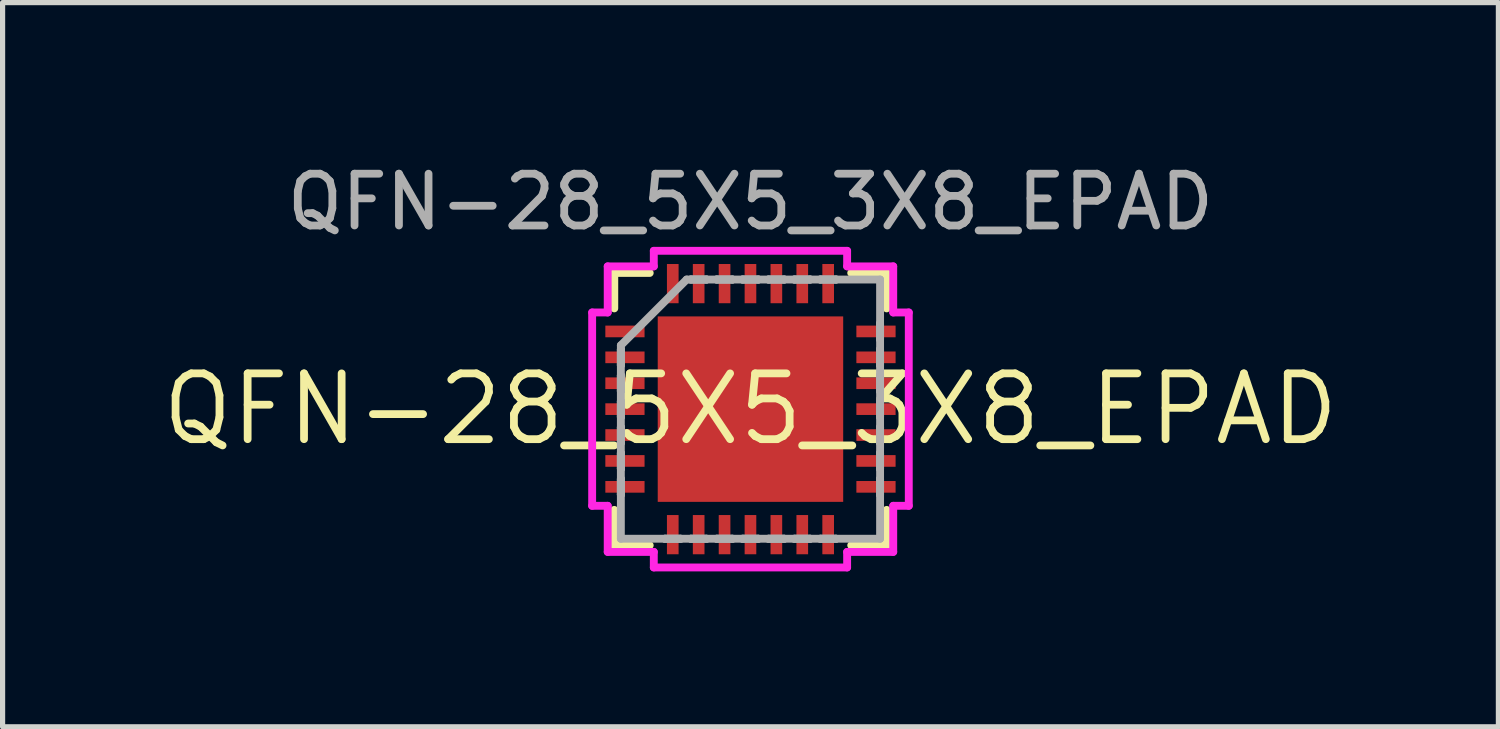
<source format=kicad_pcb>
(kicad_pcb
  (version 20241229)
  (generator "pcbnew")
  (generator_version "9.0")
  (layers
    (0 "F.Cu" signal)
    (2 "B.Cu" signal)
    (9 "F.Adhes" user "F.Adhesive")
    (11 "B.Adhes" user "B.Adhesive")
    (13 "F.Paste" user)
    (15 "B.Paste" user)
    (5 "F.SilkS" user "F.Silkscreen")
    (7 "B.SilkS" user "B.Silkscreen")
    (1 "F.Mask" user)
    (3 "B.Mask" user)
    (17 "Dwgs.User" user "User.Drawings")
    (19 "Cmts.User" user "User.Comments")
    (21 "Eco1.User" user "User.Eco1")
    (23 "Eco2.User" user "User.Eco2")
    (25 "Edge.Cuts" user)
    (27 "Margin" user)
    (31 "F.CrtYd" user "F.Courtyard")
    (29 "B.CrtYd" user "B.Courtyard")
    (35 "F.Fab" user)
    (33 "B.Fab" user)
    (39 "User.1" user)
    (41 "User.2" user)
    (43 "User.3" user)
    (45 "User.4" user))
  (footprint "QFN-28_5X5_3X8_EPAD"
    (layer "F.Cu")
    (at 11.437 4.848)
    (property "Reference" "QFN-28_5X5_3X8_EPAD" (at 0 0 0) (layer "F.SilkS") (effects (font (size 1.27 1.27) (thickness 0.15))))
    (attr smd)
    (fp_line (start -2.629 -2.629) (end -2.629 -1.945) (stroke (width 0.152) (type solid)) (layer "F.SilkS"))
    (fp_line (start -2.629 1.945) (end -2.629 2.629) (stroke (width 0.152) (type solid)) (layer "F.SilkS"))
    (fp_line (start -2.629 2.629) (end -1.945 2.629) (stroke (width 0.152) (type solid)) (layer "F.SilkS"))
    (fp_line (start -1.945 -2.629) (end -2.629 -2.629) (stroke (width 0.152) (type solid)) (layer "F.SilkS"))
    (fp_line (start 1.945 2.629) (end 2.629 2.629) (stroke (width 0.152) (type solid)) (layer "F.SilkS"))
    (fp_line (start 2.629 -2.629) (end 1.945 -2.629) (stroke (width 0.152) (type solid)) (layer "F.SilkS"))
    (fp_line (start 2.629 -1.945) (end 2.629 -2.629) (stroke (width 0.152) (type solid)) (layer "F.SilkS"))
    (fp_line (start 2.629 2.629) (end 2.629 1.945) (stroke (width 0.152) (type solid)) (layer "F.SilkS"))
    (fp_line (start -3.056 -1.866) (end -2.756 -1.866) (stroke (width 0.152) (type solid)) (layer "F.CrtYd"))
    (fp_line (start -3.056 1.866) (end -3.056 -1.866) (stroke (width 0.152) (type solid)) (layer "F.CrtYd"))
    (fp_line (start -2.756 -2.756) (end -1.866 -2.756) (stroke (width 0.152) (type solid)) (layer "F.CrtYd"))
    (fp_line (start -2.756 -1.866) (end -2.756 -2.756) (stroke (width 0.152) (type solid)) (layer "F.CrtYd"))
    (fp_line (start -2.756 1.866) (end -3.056 1.866) (stroke (width 0.152) (type solid)) (layer "F.CrtYd"))
    (fp_line (start -2.756 2.756) (end -2.756 1.866) (stroke (width 0.152) (type solid)) (layer "F.CrtYd"))
    (fp_line (start -1.866 -3.056) (end 1.866 -3.056) (stroke (width 0.152) (type solid)) (layer "F.CrtYd"))
    (fp_line (start -1.866 -2.756) (end -1.866 -3.056) (stroke (width 0.152) (type solid)) (layer "F.CrtYd"))
    (fp_line (start -1.866 2.756) (end -2.756 2.756) (stroke (width 0.152) (type solid)) (layer "F.CrtYd"))
    (fp_line (start -1.866 3.056) (end -1.866 2.756) (stroke (width 0.152) (type solid)) (layer "F.CrtYd"))
    (fp_line (start 1.866 -3.056) (end 1.866 -2.756) (stroke (width 0.152) (type solid)) (layer "F.CrtYd"))
    (fp_line (start 1.866 -2.756) (end 2.756 -2.756) (stroke (width 0.152) (type solid)) (layer "F.CrtYd"))
    (fp_line (start 1.866 2.756) (end 1.866 3.056) (stroke (width 0.152) (type solid)) (layer "F.CrtYd"))
    (fp_line (start 1.866 3.056) (end -1.866 3.056) (stroke (width 0.152) (type solid)) (layer "F.CrtYd"))
    (fp_line (start 2.756 -2.756) (end 2.756 -1.866) (stroke (width 0.152) (type solid)) (layer "F.CrtYd"))
    (fp_line (start 2.756 -1.866) (end 3.056 -1.866) (stroke (width 0.152) (type solid)) (layer "F.CrtYd"))
    (fp_line (start 2.756 1.866) (end 2.756 2.756) (stroke (width 0.152) (type solid)) (layer "F.CrtYd"))
    (fp_line (start 2.756 2.756) (end 1.866 2.756) (stroke (width 0.152) (type solid)) (layer "F.CrtYd"))
    (fp_line (start 3.056 -1.866) (end 3.056 1.866) (stroke (width 0.152) (type solid)) (layer "F.CrtYd"))
    (fp_line (start 3.056 1.866) (end 2.756 1.866) (stroke (width 0.152) (type solid)) (layer "F.CrtYd"))
    (fp_line (start -2.502 -1.232) (end -2.502 2.502) (stroke (width 0.152) (type solid)) (layer "F.Fab"))
    (fp_line (start -2.502 -1.232) (end -1.232 -2.502) (stroke (width 0.152) (type solid)) (layer "F.Fab"))
    (fp_line (start -2.502 -1.152) (end -2.502 -1.152) (stroke (width 0.152) (type solid)) (layer "F.Fab"))
    (fp_line (start -2.502 -1.152) (end -2.502 -0.848) (stroke (width 0.152) (type solid)) (layer "F.Fab"))
    (fp_line (start -2.502 -0.848) (end -2.502 -1.152) (stroke (width 0.152) (type solid)) (layer "F.Fab"))
    (fp_line (start -2.502 -0.848) (end -2.502 -0.848) (stroke (width 0.152) (type solid)) (layer "F.Fab"))
    (fp_line (start -2.502 -0.652) (end -2.502 -0.652) (stroke (width 0.152) (type solid)) (layer "F.Fab"))
    (fp_line (start -2.502 -0.652) (end -2.502 -0.348) (stroke (width 0.152) (type solid)) (layer "F.Fab"))
    (fp_line (start -2.502 -0.348) (end -2.502 -0.652) (stroke (width 0.152) (type solid)) (layer "F.Fab"))
    (fp_line (start -2.502 -0.348) (end -2.502 -0.348) (stroke (width 0.152) (type solid)) (layer "F.Fab"))
    (fp_line (start -2.502 -0.152) (end -2.502 -0.152) (stroke (width 0.152) (type solid)) (layer "F.Fab"))
    (fp_line (start -2.502 -0.152) (end -2.502 0.152) (stroke (width 0.152) (type solid)) (layer "F.Fab"))
    (fp_line (start -2.502 0.152) (end -2.502 -0.152) (stroke (width 0.152) (type solid)) (layer "F.Fab"))
    (fp_line (start -2.502 0.152) (end -2.502 0.152) (stroke (width 0.152) (type solid)) (layer "F.Fab"))
    (fp_line (start -2.502 0.348) (end -2.502 0.348) (stroke (width 0.152) (type solid)) (layer "F.Fab"))
    (fp_line (start -2.502 0.348) (end -2.502 0.652) (stroke (width 0.152) (type solid)) (layer "F.Fab"))
    (fp_line (start -2.502 0.652) (end -2.502 0.348) (stroke (width 0.152) (type solid)) (layer "F.Fab"))
    (fp_line (start -2.502 0.652) (end -2.502 0.652) (stroke (width 0.152) (type solid)) (layer "F.Fab"))
    (fp_line (start -2.502 0.848) (end -2.502 0.848) (stroke (width 0.152) (type solid)) (layer "F.Fab"))
    (fp_line (start -2.502 0.848) (end -2.502 1.152) (stroke (width 0.152) (type solid)) (layer "F.Fab"))
    (fp_line (start -2.502 1.152) (end -2.502 0.848) (stroke (width 0.152) (type solid)) (layer "F.Fab"))
    (fp_line (start -2.502 1.152) (end -2.502 1.152) (stroke (width 0.152) (type solid)) (layer "F.Fab"))
    (fp_line (start -2.502 1.348) (end -2.502 1.348) (stroke (width 0.152) (type solid)) (layer "F.Fab"))
    (fp_line (start -2.502 1.348) (end -2.502 1.652) (stroke (width 0.152) (type solid)) (layer "F.Fab"))
    (fp_line (start -2.502 1.652) (end -2.502 1.348) (stroke (width 0.152) (type solid)) (layer "F.Fab"))
    (fp_line (start -2.502 1.652) (end -2.502 1.652) (stroke (width 0.152) (type solid)) (layer "F.Fab"))
    (fp_line (start -2.502 2.502) (end 2.502 2.502) (stroke (width 0.152) (type solid)) (layer "F.Fab"))
    (fp_line (start -1.652 2.502) (end -1.652 2.502) (stroke (width 0.152) (type solid)) (layer "F.Fab"))
    (fp_line (start -1.652 2.502) (end -1.348 2.502) (stroke (width 0.152) (type solid)) (layer "F.Fab"))
    (fp_line (start -1.348 2.502) (end -1.652 2.502) (stroke (width 0.152) (type solid)) (layer "F.Fab"))
    (fp_line (start -1.348 2.502) (end -1.348 2.502) (stroke (width 0.152) (type solid)) (layer "F.Fab"))
    (fp_line (start -1.152 -2.502) (end -1.152 -2.502) (stroke (width 0.152) (type solid)) (layer "F.Fab"))
    (fp_line (start -1.152 -2.502) (end -0.848 -2.502) (stroke (width 0.152) (type solid)) (layer "F.Fab"))
    (fp_line (start -1.152 2.502) (end -1.152 2.502) (stroke (width 0.152) (type solid)) (layer "F.Fab"))
    (fp_line (start -1.152 2.502) (end -0.848 2.502) (stroke (width 0.152) (type solid)) (layer "F.Fab"))
    (fp_line (start -0.848 -2.502) (end -1.152 -2.502) (stroke (width 0.152) (type solid)) (layer "F.Fab"))
    (fp_line (start -0.848 -2.502) (end -0.848 -2.502) (stroke (width 0.152) (type solid)) (layer "F.Fab"))
    (fp_line (start -0.848 2.502) (end -1.152 2.502) (stroke (width 0.152) (type solid)) (layer "F.Fab"))
    (fp_line (start -0.848 2.502) (end -0.848 2.502) (stroke (width 0.152) (type solid)) (layer "F.Fab"))
    (fp_line (start -0.652 -2.502) (end -0.652 -2.502) (stroke (width 0.152) (type solid)) (layer "F.Fab"))
    (fp_line (start -0.652 -2.502) (end -0.348 -2.502) (stroke (width 0.152) (type solid)) (layer "F.Fab"))
    (fp_line (start -0.652 2.502) (end -0.652 2.502) (stroke (width 0.152) (type solid)) (layer "F.Fab"))
    (fp_line (start -0.652 2.502) (end -0.348 2.502) (stroke (width 0.152) (type solid)) (layer "F.Fab"))
    (fp_line (start -0.348 -2.502) (end -0.652 -2.502) (stroke (width 0.152) (type solid)) (layer "F.Fab"))
    (fp_line (start -0.348 -2.502) (end -0.348 -2.502) (stroke (width 0.152) (type solid)) (layer "F.Fab"))
    (fp_line (start -0.348 2.502) (end -0.652 2.502) (stroke (width 0.152) (type solid)) (layer "F.Fab"))
    (fp_line (start -0.348 2.502) (end -0.348 2.502) (stroke (width 0.152) (type solid)) (layer "F.Fab"))
    (fp_line (start -0.152 -2.502) (end -0.152 -2.502) (stroke (width 0.152) (type solid)) (layer "F.Fab"))
    (fp_line (start -0.152 -2.502) (end 0.152 -2.502) (stroke (width 0.152) (type solid)) (layer "F.Fab"))
    (fp_line (start -0.152 2.502) (end -0.152 2.502) (stroke (width 0.152) (type solid)) (layer "F.Fab"))
    (fp_line (start -0.152 2.502) (end 0.152 2.502) (stroke (width 0.152) (type solid)) (layer "F.Fab"))
    (fp_line (start 0.152 -2.502) (end -0.152 -2.502) (stroke (width 0.152) (type solid)) (layer "F.Fab"))
    (fp_line (start 0.152 -2.502) (end 0.152 -2.502) (stroke (width 0.152) (type solid)) (layer "F.Fab"))
    (fp_line (start 0.152 2.502) (end -0.152 2.502) (stroke (width 0.152) (type solid)) (layer "F.Fab"))
    (fp_line (start 0.152 2.502) (end 0.152 2.502) (stroke (width 0.152) (type solid)) (layer "F.Fab"))
    (fp_line (start 0.348 -2.502) (end 0.348 -2.502) (stroke (width 0.152) (type solid)) (layer "F.Fab"))
    (fp_line (start 0.348 -2.502) (end 0.652 -2.502) (stroke (width 0.152) (type solid)) (layer "F.Fab"))
    (fp_line (start 0.348 2.502) (end 0.348 2.502) (stroke (width 0.152) (type solid)) (layer "F.Fab"))
    (fp_line (start 0.348 2.502) (end 0.652 2.502) (stroke (width 0.152) (type solid)) (layer "F.Fab"))
    (fp_line (start 0.652 -2.502) (end 0.348 -2.502) (stroke (width 0.152) (type solid)) (layer "F.Fab"))
    (fp_line (start 0.652 -2.502) (end 0.652 -2.502) (stroke (width 0.152) (type solid)) (layer "F.Fab"))
    (fp_line (start 0.652 2.502) (end 0.348 2.502) (stroke (width 0.152) (type solid)) (layer "F.Fab"))
    (fp_line (start 0.652 2.502) (end 0.652 2.502) (stroke (width 0.152) (type solid)) (layer "F.Fab"))
    (fp_line (start 0.848 -2.502) (end 0.848 -2.502) (stroke (width 0.152) (type solid)) (layer "F.Fab"))
    (fp_line (start 0.848 -2.502) (end 1.152 -2.502) (stroke (width 0.152) (type solid)) (layer "F.Fab"))
    (fp_line (start 0.848 2.502) (end 0.848 2.502) (stroke (width 0.152) (type solid)) (layer "F.Fab"))
    (fp_line (start 0.848 2.502) (end 1.152 2.502) (stroke (width 0.152) (type solid)) (layer "F.Fab"))
    (fp_line (start 1.152 -2.502) (end 0.848 -2.502) (stroke (width 0.152) (type solid)) (layer "F.Fab"))
    (fp_line (start 1.152 -2.502) (end 1.152 -2.502) (stroke (width 0.152) (type solid)) (layer "F.Fab"))
    (fp_line (start 1.152 2.502) (end 0.848 2.502) (stroke (width 0.152) (type solid)) (layer "F.Fab"))
    (fp_line (start 1.152 2.502) (end 1.152 2.502) (stroke (width 0.152) (type solid)) (layer "F.Fab"))
    (fp_line (start 1.348 -2.502) (end 1.348 -2.502) (stroke (width 0.152) (type solid)) (layer "F.Fab"))
    (fp_line (start 1.348 -2.502) (end 1.652 -2.502) (stroke (width 0.152) (type solid)) (layer "F.Fab"))
    (fp_line (start 1.348 2.502) (end 1.348 2.502) (stroke (width 0.152) (type solid)) (layer "F.Fab"))
    (fp_line (start 1.348 2.502) (end 1.652 2.502) (stroke (width 0.152) (type solid)) (layer "F.Fab"))
    (fp_line (start 1.652 -2.502) (end 1.348 -2.502) (stroke (width 0.152) (type solid)) (layer "F.Fab"))
    (fp_line (start 1.652 -2.502) (end 1.652 -2.502) (stroke (width 0.152) (type solid)) (layer "F.Fab"))
    (fp_line (start 1.652 2.502) (end 1.348 2.502) (stroke (width 0.152) (type solid)) (layer "F.Fab"))
    (fp_line (start 1.652 2.502) (end 1.652 2.502) (stroke (width 0.152) (type solid)) (layer "F.Fab"))
    (fp_line (start 2.502 -2.502) (end -1.232 -2.502) (stroke (width 0.152) (type solid)) (layer "F.Fab"))
    (fp_line (start 2.502 -1.652) (end 2.502 -1.652) (stroke (width 0.152) (type solid)) (layer "F.Fab"))
    (fp_line (start 2.502 -1.652) (end 2.502 -1.348) (stroke (width 0.152) (type solid)) (layer "F.Fab"))
    (fp_line (start 2.502 -1.348) (end 2.502 -1.652) (stroke (width 0.152) (type solid)) (layer "F.Fab"))
    (fp_line (start 2.502 -1.348) (end 2.502 -1.348) (stroke (width 0.152) (type solid)) (layer "F.Fab"))
    (fp_line (start 2.502 -1.152) (end 2.502 -1.152) (stroke (width 0.152) (type solid)) (layer "F.Fab"))
    (fp_line (start 2.502 -1.152) (end 2.502 -0.848) (stroke (width 0.152) (type solid)) (layer "F.Fab"))
    (fp_line (start 2.502 -0.848) (end 2.502 -1.152) (stroke (width 0.152) (type solid)) (layer "F.Fab"))
    (fp_line (start 2.502 -0.848) (end 2.502 -0.848) (stroke (width 0.152) (type solid)) (layer "F.Fab"))
    (fp_line (start 2.502 -0.652) (end 2.502 -0.652) (stroke (width 0.152) (type solid)) (layer "F.Fab"))
    (fp_line (start 2.502 -0.652) (end 2.502 -0.348) (stroke (width 0.152) (type solid)) (layer "F.Fab"))
    (fp_line (start 2.502 -0.348) (end 2.502 -0.652) (stroke (width 0.152) (type solid)) (layer "F.Fab"))
    (fp_line (start 2.502 -0.348) (end 2.502 -0.348) (stroke (width 0.152) (type solid)) (layer "F.Fab"))
    (fp_line (start 2.502 -0.152) (end 2.502 -0.152) (stroke (width 0.152) (type solid)) (layer "F.Fab"))
    (fp_line (start 2.502 -0.152) (end 2.502 0.152) (stroke (width 0.152) (type solid)) (layer "F.Fab"))
    (fp_line (start 2.502 0.152) (end 2.502 -0.152) (stroke (width 0.152) (type solid)) (layer "F.Fab"))
    (fp_line (start 2.502 0.152) (end 2.502 0.152) (stroke (width 0.152) (type solid)) (layer "F.Fab"))
    (fp_line (start 2.502 0.348) (end 2.502 0.348) (stroke (width 0.152) (type solid)) (layer "F.Fab"))
    (fp_line (start 2.502 0.348) (end 2.502 0.652) (stroke (width 0.152) (type solid)) (layer "F.Fab"))
    (fp_line (start 2.502 0.652) (end 2.502 0.348) (stroke (width 0.152) (type solid)) (layer "F.Fab"))
    (fp_line (start 2.502 0.652) (end 2.502 0.652) (stroke (width 0.152) (type solid)) (layer "F.Fab"))
    (fp_line (start 2.502 0.848) (end 2.502 0.848) (stroke (width 0.152) (type solid)) (layer "F.Fab"))
    (fp_line (start 2.502 0.848) (end 2.502 1.152) (stroke (width 0.152) (type solid)) (layer "F.Fab"))
    (fp_line (start 2.502 1.152) (end 2.502 0.848) (stroke (width 0.152) (type solid)) (layer "F.Fab"))
    (fp_line (start 2.502 1.152) (end 2.502 1.152) (stroke (width 0.152) (type solid)) (layer "F.Fab"))
    (fp_line (start 2.502 1.348) (end 2.502 1.348) (stroke (width 0.152) (type solid)) (layer "F.Fab"))
    (fp_line (start 2.502 1.348) (end 2.502 1.652) (stroke (width 0.152) (type solid)) (layer "F.Fab"))
    (fp_line (start 2.502 1.652) (end 2.502 1.348) (stroke (width 0.152) (type solid)) (layer "F.Fab"))
    (fp_line (start 2.502 1.652) (end 2.502 1.652) (stroke (width 0.152) (type solid)) (layer "F.Fab"))
    (fp_line (start 2.502 2.502) (end 2.502 -2.502) (stroke (width 0.152) (type solid)) (layer "F.Fab"))
    (fp_text user "${REFERENCE}" (at 0 -4 0) (layer "F.Fab") (effects (font (size 1 1) (thickness 0.15))))
    (pad "1" smd rect (at -2.423 -1.5 90) (size 0.225 0.757) (layers "F.Cu" "F.Mask" "F.Paste"))
    (pad "2" smd rect (at -2.423 -1 90) (size 0.225 0.757) (layers "F.Cu" "F.Mask" "F.Paste"))
    (pad "3" smd rect (at -2.423 -0.5 90) (size 0.225 0.757) (layers "F.Cu" "F.Mask" "F.Paste"))
    (pad "4" smd rect (at -2.423 0 90) (size 0.225 0.757) (layers "F.Cu" "F.Mask" "F.Paste"))
    (pad "5" smd rect (at -2.423 0.5 90) (size 0.225 0.757) (layers "F.Cu" "F.Mask" "F.Paste"))
    (pad "6" smd rect (at -2.423 1 90) (size 0.225 0.757) (layers "F.Cu" "F.Mask" "F.Paste"))
    (pad "7" smd rect (at -2.423 1.5 90) (size 0.225 0.757) (layers "F.Cu" "F.Mask" "F.Paste"))
    (pad "8" smd rect (at -1.5 2.423) (size 0.225 0.757) (layers "F.Cu" "F.Mask" "F.Paste"))
    (pad "9" smd rect (at -1 2.423) (size 0.225 0.757) (layers "F.Cu" "F.Mask" "F.Paste"))
    (pad "10" smd rect (at -0.5 2.423) (size 0.225 0.757) (layers "F.Cu" "F.Mask" "F.Paste"))
    (pad "11" smd rect (at 0 2.423) (size 0.225 0.757) (layers "F.Cu" "F.Mask" "F.Paste"))
    (pad "12" smd rect (at 0.5 2.423) (size 0.225 0.757) (layers "F.Cu" "F.Mask" "F.Paste"))
    (pad "13" smd rect (at 1 2.423) (size 0.225 0.757) (layers "F.Cu" "F.Mask" "F.Paste"))
    (pad "14" smd rect (at 1.5 2.423) (size 0.225 0.757) (layers "F.Cu" "F.Mask" "F.Paste"))
    (pad "15" smd rect (at 2.423 1.5 90) (size 0.225 0.757) (layers "F.Cu" "F.Mask" "F.Paste"))
    (pad "16" smd rect (at 2.423 1 90) (size 0.225 0.757) (layers "F.Cu" "F.Mask" "F.Paste"))
    (pad "17" smd rect (at 2.423 0.5 90) (size 0.225 0.757) (layers "F.Cu" "F.Mask" "F.Paste"))
    (pad "18" smd rect (at 2.423 0 90) (size 0.225 0.757) (layers "F.Cu" "F.Mask" "F.Paste"))
    (pad "19" smd rect (at 2.423 -0.5 90) (size 0.225 0.757) (layers "F.Cu" "F.Mask" "F.Paste"))
    (pad "20" smd rect (at 2.423 -1 90) (size 0.225 0.757) (layers "F.Cu" "F.Mask" "F.Paste"))
    (pad "21" smd rect (at 2.423 -1.5 90) (size 0.225 0.757) (layers "F.Cu" "F.Mask" "F.Paste"))
    (pad "22" smd rect (at 1.5 -2.423) (size 0.225 0.757) (layers "F.Cu" "F.Mask" "F.Paste"))
    (pad "23" smd rect (at 1 -2.423) (size 0.225 0.757) (layers "F.Cu" "F.Mask" "F.Paste"))
    (pad "24" smd rect (at 0.5 -2.423) (size 0.225 0.757) (layers "F.Cu" "F.Mask" "F.Paste"))
    (pad "25" smd rect (at 0 -2.423) (size 0.225 0.757) (layers "F.Cu" "F.Mask" "F.Paste"))
    (pad "26" smd rect (at -0.5 -2.423) (size 0.225 0.757) (layers "F.Cu" "F.Mask" "F.Paste"))
    (pad "27" smd rect (at -1 -2.423) (size 0.225 0.757) (layers "F.Cu" "F.Mask" "F.Paste"))
    (pad "28" smd rect (at -1.5 -2.423) (size 0.225 0.757) (layers "F.Cu" "F.Mask" "F.Paste"))
    (pad "29" smd rect (at 0 0) (size 3.58 3.58) (layers "F.Cu" "F.Mask" "F.Paste")))
  (gr_rect
    (start -3 -3)
    (end 25.875 10.98)
    (stroke (width 0.1) (type default))
    (fill no)
    (layer "Edge.Cuts")))
</source>
